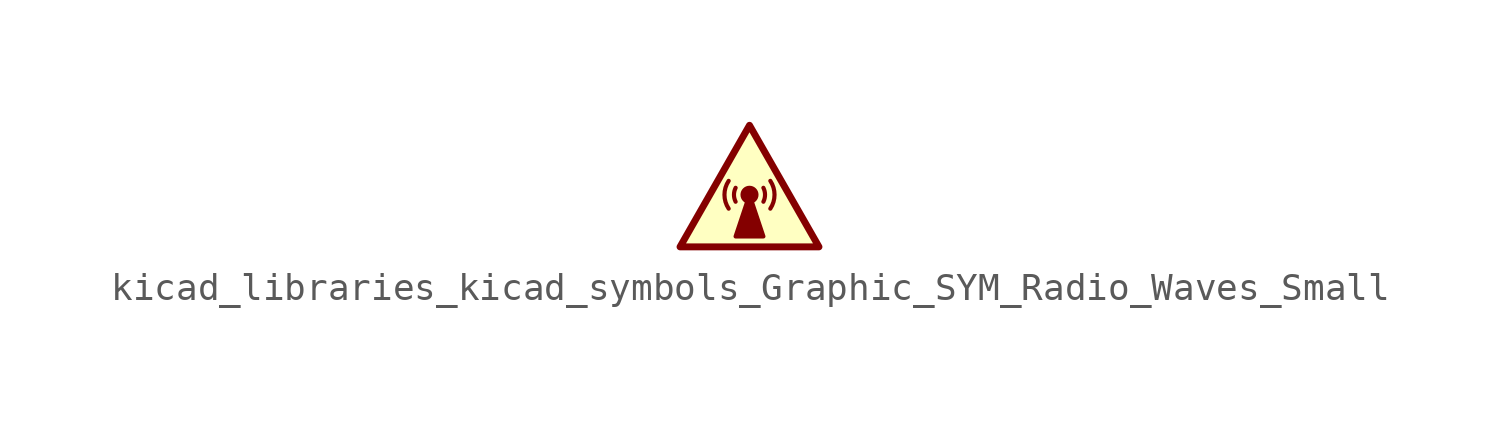
<source format=kicad_sym>
(kicad_symbol_lib
  (version 20220914)
  (generator kicad_symbol_editor)
  (symbol "kicad_libraries_kicad_symbols_Graphic_SYM_Radio_Waves_Small"
    (property "Reference" "#SYM"
      (at 0 3.556 0)
      (effects (font (size 1.27 1.27)) hide))
    (symbol "kicad_libraries_kicad_symbols_Graphic_SYM_Radio_Waves_Small_0_1"
      (arc (start -0.762 0.508) (mid -0.9158 0) (end -0.762 -0.508) (stroke (width 0) (type default)) (fill (type none)))
      (arc (start -0.508 0.254) (mid -0.568 0) (end -0.508 -0.254) (stroke (width 0) (type default)) (fill (type none)))
      (polyline (pts (xy -2.54 -1.905) (xy 2.54 -1.905) (xy 0 2.54) (xy -2.54 -1.905)) (stroke (width 0.254) (type default)) (fill (type background)))
      (polyline (pts (xy -0.508 -1.524) (xy 0.508 -1.524) (xy 0 0) (xy -0.508 -1.524)) (stroke (width 0) (type default)) (fill (type outline)))
      (circle (center 0 0) (radius 0.254) (stroke (width 0) (type default)) (fill (type outline)))
      (arc (start 0.508 -0.254) (mid 0.568 0) (end 0.508 0.254) (stroke (width 0) (type default)) (fill (type none)))
      (arc (start 0.762 -0.508) (mid 0.9158 0) (end 0.762 0.508) (stroke (width 0) (type default)) (fill (type none))))))
</source>
